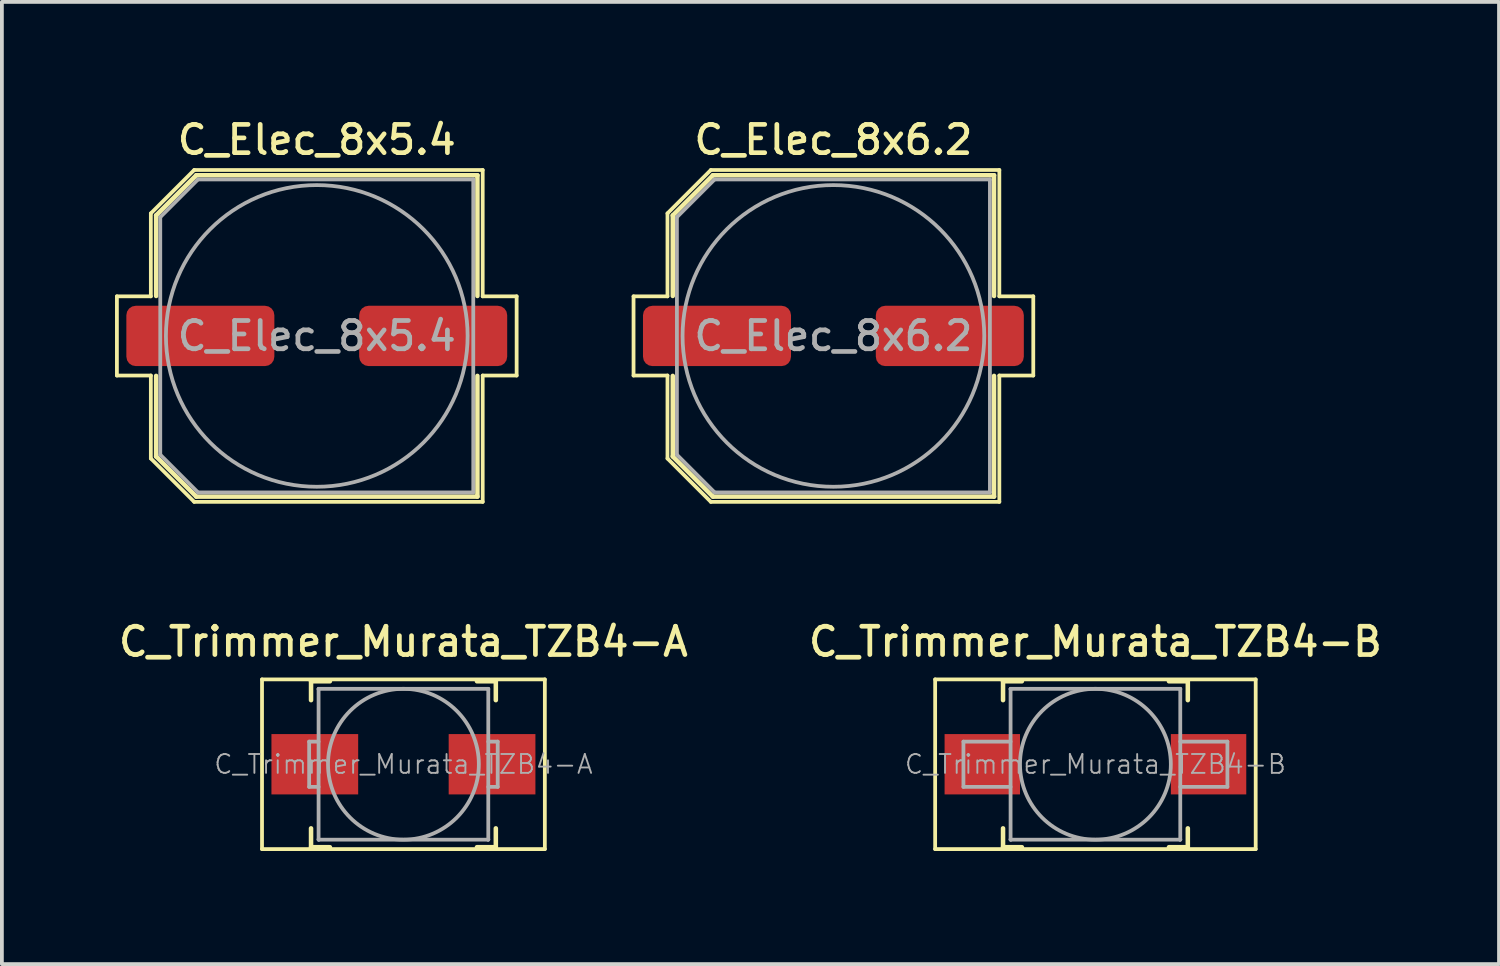
<source format=kicad_pcb>
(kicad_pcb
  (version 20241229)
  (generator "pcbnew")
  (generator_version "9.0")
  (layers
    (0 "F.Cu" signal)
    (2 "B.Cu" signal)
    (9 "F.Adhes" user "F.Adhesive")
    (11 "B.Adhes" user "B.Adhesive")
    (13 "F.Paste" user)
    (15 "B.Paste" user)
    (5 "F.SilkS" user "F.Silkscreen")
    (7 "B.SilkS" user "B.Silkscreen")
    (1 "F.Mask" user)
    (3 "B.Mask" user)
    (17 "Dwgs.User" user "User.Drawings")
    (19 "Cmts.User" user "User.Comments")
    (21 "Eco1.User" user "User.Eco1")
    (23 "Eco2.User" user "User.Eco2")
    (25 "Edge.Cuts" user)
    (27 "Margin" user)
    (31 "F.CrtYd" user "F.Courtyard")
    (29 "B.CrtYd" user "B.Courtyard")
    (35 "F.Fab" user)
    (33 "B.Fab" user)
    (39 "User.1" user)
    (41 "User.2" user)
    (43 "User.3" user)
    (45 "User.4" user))
  (footprint "C_Trimmer_Murata_TZB4-B"
    (layer "F.Cu")
    (at 25.998 17.216)
    (property "Reference" "C_Trimmer_Murata_TZB4-B" (at 0 -3.25 0) (layer "F.SilkS") (effects (font (size 0.75 0.75) (thickness 0.125))))
    (attr smd)
    (fp_line (start -4.25 -2.25) (end -4.25 2.25) (stroke (width 0.1) (type solid)) (layer "F.SilkS"))
    (fp_line (start -4.25 2.25) (end 4.25 2.25) (stroke (width 0.1) (type solid)) (layer "F.SilkS"))
    (fp_line (start -2.45 -2.2) (end -2.45 -1.7) (stroke (width 0.12) (type solid)) (layer "F.SilkS"))
    (fp_line (start -2.45 -2.2) (end -1.95 -2.2) (stroke (width 0.12) (type solid)) (layer "F.SilkS"))
    (fp_line (start -2.45 2.2) (end -2.45 1.7) (stroke (width 0.12) (type solid)) (layer "F.SilkS"))
    (fp_line (start -2.45 2.2) (end -1.95 2.2) (stroke (width 0.12) (type solid)) (layer "F.SilkS"))
    (fp_line (start 2.45 -2.2) (end 1.95 -2.2) (stroke (width 0.12) (type solid)) (layer "F.SilkS"))
    (fp_line (start 2.45 -2.2) (end 2.45 -1.7) (stroke (width 0.12) (type solid)) (layer "F.SilkS"))
    (fp_line (start 2.45 2.2) (end 1.95 2.2) (stroke (width 0.12) (type solid)) (layer "F.SilkS"))
    (fp_line (start 2.45 2.2) (end 2.45 1.7) (stroke (width 0.12) (type solid)) (layer "F.SilkS"))
    (fp_line (start 4.25 -2.25) (end -4.25 -2.25) (stroke (width 0.1) (type solid)) (layer "F.SilkS"))
    (fp_line (start 4.25 2.25) (end 4.25 -2.25) (stroke (width 0.1) (type solid)) (layer "F.SilkS"))
    (fp_line (start -3.5 -0.6) (end -3.5 0.6) (stroke (width 0.1) (type solid)) (layer "F.Fab"))
    (fp_line (start -3.5 0.6) (end -2.25 0.6) (stroke (width 0.1) (type solid)) (layer "F.Fab"))
    (fp_line (start -2.25 -2) (end -2.24 -2) (stroke (width 0.1) (type solid)) (layer "F.Fab"))
    (fp_line (start -2.25 -1.99) (end -2.25 -2) (stroke (width 0.1) (type solid)) (layer "F.Fab"))
    (fp_line (start -2.25 -0.6) (end -3.5 -0.6) (stroke (width 0.1) (type solid)) (layer "F.Fab"))
    (fp_line (start -2.25 1.99) (end -2.25 -1.99) (stroke (width 0.1) (type solid)) (layer "F.Fab"))
    (fp_line (start -2.25 2) (end -2.25 1.99) (stroke (width 0.1) (type solid)) (layer "F.Fab"))
    (fp_line (start -2.24 -2) (end 2.24 -2) (stroke (width 0.1) (type solid)) (layer "F.Fab"))
    (fp_line (start -2.24 2) (end -2.25 2) (stroke (width 0.1) (type solid)) (layer "F.Fab"))
    (fp_line (start 2.24 -2) (end 2.25 -2) (stroke (width 0.1) (type solid)) (layer "F.Fab"))
    (fp_line (start 2.24 2) (end -2.24 2) (stroke (width 0.1) (type solid)) (layer "F.Fab"))
    (fp_line (start 2.25 -2) (end 2.25 -1.99) (stroke (width 0.1) (type solid)) (layer "F.Fab"))
    (fp_line (start 2.25 -1.99) (end 2.25 1.99) (stroke (width 0.1) (type solid)) (layer "F.Fab"))
    (fp_line (start 2.25 -0.6) (end 3.5 -0.6) (stroke (width 0.1) (type solid)) (layer "F.Fab"))
    (fp_line (start 2.25 1.99) (end 2.25 2) (stroke (width 0.1) (type solid)) (layer "F.Fab"))
    (fp_line (start 2.25 2) (end 2.24 2) (stroke (width 0.1) (type solid)) (layer "F.Fab"))
    (fp_line (start 3.5 -0.6) (end 3.5 0.6) (stroke (width 0.1) (type solid)) (layer "F.Fab"))
    (fp_line (start 3.5 0.6) (end 2.25 0.6) (stroke (width 0.1) (type solid)) (layer "F.Fab"))
    (fp_circle (center 0 0) (end 2 0) (stroke (width 0.1) (type solid)) (fill no) (layer "F.Fab"))
    (fp_text user "${REFERENCE}" (at 0 0 0) (layer "F.Fab") (effects (font (size 0.5 0.5) (thickness 0.05))))
    (pad "1" smd rect (at -3 0) (size 2 1.6) (layers "F.Cu" "F.Mask" "F.Paste"))
    (pad "2" smd rect (at 3 0) (size 2 1.6) (layers "F.Cu" "F.Mask" "F.Paste")))
  (footprint "C_Elec_8x5.4"
    (layer "F.Cu")
    (at 5.35 5.858)
    (property "Reference" "C_Elec_8x5.4" (at 0 -5.2 0) (layer "F.SilkS") (effects (font (size 0.75 0.75) (thickness 0.125))))
    (attr smd)
    (fp_line (start -5.3 -1.05) (end -5.3 1.05) (stroke (width 0.1) (type solid)) (layer "F.SilkS"))
    (fp_line (start -5.3 1.05) (end -4.4 1.05) (stroke (width 0.1) (type solid)) (layer "F.SilkS"))
    (fp_line (start -4.4 -3.25) (end -4.4 -1.05) (stroke (width 0.1) (type solid)) (layer "F.SilkS"))
    (fp_line (start -4.4 -3.25) (end -3.25 -4.4) (stroke (width 0.1) (type solid)) (layer "F.SilkS"))
    (fp_line (start -4.4 -1.05) (end -5.3 -1.05) (stroke (width 0.1) (type solid)) (layer "F.SilkS"))
    (fp_line (start -4.4 1.05) (end -4.4 3.25) (stroke (width 0.1) (type solid)) (layer "F.SilkS"))
    (fp_line (start -4.4 3.25) (end -3.25 4.4) (stroke (width 0.1) (type solid)) (layer "F.SilkS"))
    (fp_line (start -4.26 -3.196) (end -4.26 -1.06) (stroke (width 0.12) (type solid)) (layer "F.SilkS"))
    (fp_line (start -4.26 -3.196) (end -3.196 -4.26) (stroke (width 0.12) (type solid)) (layer "F.SilkS"))
    (fp_line (start -4.26 3.196) (end -4.26 1.06) (stroke (width 0.12) (type solid)) (layer "F.SilkS"))
    (fp_line (start -4.26 3.196) (end -3.196 4.26) (stroke (width 0.12) (type solid)) (layer "F.SilkS"))
    (fp_line (start -3.25 -4.4) (end 4.4 -4.4) (stroke (width 0.1) (type solid)) (layer "F.SilkS"))
    (fp_line (start -3.25 4.4) (end 4.4 4.4) (stroke (width 0.1) (type solid)) (layer "F.SilkS"))
    (fp_line (start -3.196 -4.26) (end 4.26 -4.26) (stroke (width 0.12) (type solid)) (layer "F.SilkS"))
    (fp_line (start -3.196 4.26) (end 4.26 4.26) (stroke (width 0.12) (type solid)) (layer "F.SilkS"))
    (fp_line (start 4.26 -4.26) (end 4.26 -1.06) (stroke (width 0.12) (type solid)) (layer "F.SilkS"))
    (fp_line (start 4.26 4.26) (end 4.26 1.06) (stroke (width 0.12) (type solid)) (layer "F.SilkS"))
    (fp_line (start 4.4 -4.4) (end 4.4 -1.05) (stroke (width 0.1) (type solid)) (layer "F.SilkS"))
    (fp_line (start 4.4 -1.05) (end 5.3 -1.05) (stroke (width 0.1) (type solid)) (layer "F.SilkS"))
    (fp_line (start 4.4 1.05) (end 4.4 4.4) (stroke (width 0.1) (type solid)) (layer "F.SilkS"))
    (fp_line (start 5.3 -1.05) (end 5.3 1.05) (stroke (width 0.1) (type solid)) (layer "F.SilkS"))
    (fp_line (start 5.3 1.05) (end 4.4 1.05) (stroke (width 0.1) (type solid)) (layer "F.SilkS"))
    (fp_line (start -4.15 -3.15) (end -4.15 3.15) (stroke (width 0.1) (type solid)) (layer "F.Fab"))
    (fp_line (start -4.15 -3.15) (end -3.15 -4.15) (stroke (width 0.1) (type solid)) (layer "F.Fab"))
    (fp_line (start -4.15 3.15) (end -3.15 4.15) (stroke (width 0.1) (type solid)) (layer "F.Fab"))
    (fp_line (start -3.15 -4.15) (end 4.15 -4.15) (stroke (width 0.1) (type solid)) (layer "F.Fab"))
    (fp_line (start -3.15 4.15) (end 4.15 4.15) (stroke (width 0.1) (type solid)) (layer "F.Fab"))
    (fp_line (start 4.15 -4.15) (end 4.15 4.15) (stroke (width 0.1) (type solid)) (layer "F.Fab"))
    (fp_circle (center 0 0) (end 4 0) (stroke (width 0.1) (type solid)) (fill no) (layer "F.Fab"))
    (fp_text user "${REFERENCE}" (at 0 0 0) (layer "F.Fab") (effects (font (size 0.75 0.75) (thickness 0.125))))
    (pad "1" smd roundrect (at -3.087 0) (size 3.925 1.6) (layers "F.Cu" "F.Mask" "F.Paste") (roundrect_rratio 0.156))
    (pad "2" smd roundrect (at 3.087 0) (size 3.925 1.6) (layers "F.Cu" "F.Mask" "F.Paste") (roundrect_rratio 0.156)))
  (footprint "C_Elec_8x6.2"
    (layer "F.Cu")
    (at 19.05 5.858)
    (property "Reference" "C_Elec_8x6.2" (at 0 -5.2 0) (layer "F.SilkS") (effects (font (size 0.75 0.75) (thickness 0.125))))
    (attr smd)
    (fp_line (start -5.3 -1.05) (end -5.3 1.05) (stroke (width 0.1) (type solid)) (layer "F.SilkS"))
    (fp_line (start -5.3 1.05) (end -4.4 1.05) (stroke (width 0.1) (type solid)) (layer "F.SilkS"))
    (fp_line (start -4.4 -3.25) (end -4.4 -1.05) (stroke (width 0.1) (type solid)) (layer "F.SilkS"))
    (fp_line (start -4.4 -3.25) (end -3.25 -4.4) (stroke (width 0.1) (type solid)) (layer "F.SilkS"))
    (fp_line (start -4.4 -1.05) (end -5.3 -1.05) (stroke (width 0.1) (type solid)) (layer "F.SilkS"))
    (fp_line (start -4.4 1.05) (end -4.4 3.25) (stroke (width 0.1) (type solid)) (layer "F.SilkS"))
    (fp_line (start -4.4 3.25) (end -3.25 4.4) (stroke (width 0.1) (type solid)) (layer "F.SilkS"))
    (fp_line (start -4.26 -3.196) (end -4.26 -1.06) (stroke (width 0.12) (type solid)) (layer "F.SilkS"))
    (fp_line (start -4.26 -3.196) (end -3.196 -4.26) (stroke (width 0.12) (type solid)) (layer "F.SilkS"))
    (fp_line (start -4.26 3.196) (end -4.26 1.06) (stroke (width 0.12) (type solid)) (layer "F.SilkS"))
    (fp_line (start -4.26 3.196) (end -3.196 4.26) (stroke (width 0.12) (type solid)) (layer "F.SilkS"))
    (fp_line (start -3.25 -4.4) (end 4.4 -4.4) (stroke (width 0.1) (type solid)) (layer "F.SilkS"))
    (fp_line (start -3.25 4.4) (end 4.4 4.4) (stroke (width 0.1) (type solid)) (layer "F.SilkS"))
    (fp_line (start -3.196 -4.26) (end 4.26 -4.26) (stroke (width 0.12) (type solid)) (layer "F.SilkS"))
    (fp_line (start -3.196 4.26) (end 4.26 4.26) (stroke (width 0.12) (type solid)) (layer "F.SilkS"))
    (fp_line (start 4.26 -4.26) (end 4.26 -1.06) (stroke (width 0.12) (type solid)) (layer "F.SilkS"))
    (fp_line (start 4.26 4.26) (end 4.26 1.06) (stroke (width 0.12) (type solid)) (layer "F.SilkS"))
    (fp_line (start 4.4 -4.4) (end 4.4 -1.05) (stroke (width 0.1) (type solid)) (layer "F.SilkS"))
    (fp_line (start 4.4 -1.05) (end 5.3 -1.05) (stroke (width 0.1) (type solid)) (layer "F.SilkS"))
    (fp_line (start 4.4 1.05) (end 4.4 4.4) (stroke (width 0.1) (type solid)) (layer "F.SilkS"))
    (fp_line (start 5.3 -1.05) (end 5.3 1.05) (stroke (width 0.1) (type solid)) (layer "F.SilkS"))
    (fp_line (start 5.3 1.05) (end 4.4 1.05) (stroke (width 0.1) (type solid)) (layer "F.SilkS"))
    (fp_line (start -4.15 -3.15) (end -4.15 3.15) (stroke (width 0.1) (type solid)) (layer "F.Fab"))
    (fp_line (start -4.15 -3.15) (end -3.15 -4.15) (stroke (width 0.1) (type solid)) (layer "F.Fab"))
    (fp_line (start -4.15 3.15) (end -3.15 4.15) (stroke (width 0.1) (type solid)) (layer "F.Fab"))
    (fp_line (start -3.15 -4.15) (end 4.15 -4.15) (stroke (width 0.1) (type solid)) (layer "F.Fab"))
    (fp_line (start -3.15 4.15) (end 4.15 4.15) (stroke (width 0.1) (type solid)) (layer "F.Fab"))
    (fp_line (start 4.15 -4.15) (end 4.15 4.15) (stroke (width 0.1) (type solid)) (layer "F.Fab"))
    (fp_circle (center 0 0) (end 4 0) (stroke (width 0.1) (type solid)) (fill no) (layer "F.Fab"))
    (fp_text user "${REFERENCE}" (at 0 0 0) (layer "F.Fab") (effects (font (size 0.75 0.75) (thickness 0.125))))
    (pad "1" smd roundrect (at -3.087 0) (size 3.925 1.6) (layers "F.Cu" "F.Mask" "F.Paste") (roundrect_rratio 0.156))
    (pad "2" smd roundrect (at 3.087 0) (size 3.925 1.6) (layers "F.Cu" "F.Mask" "F.Paste") (roundrect_rratio 0.156)))
  (footprint "C_Trimmer_Murata_TZB4-A"
    (layer "F.Cu")
    (at 7.648 17.216)
    (property "Reference" "C_Trimmer_Murata_TZB4-A" (at 0 -3.25 0) (layer "F.SilkS") (effects (font (size 0.75 0.75) (thickness 0.125))))
    (attr smd)
    (fp_line (start -3.75 -2.25) (end -3.75 2.25) (stroke (width 0.1) (type solid)) (layer "F.SilkS"))
    (fp_line (start -3.75 2.25) (end 3.75 2.25) (stroke (width 0.1) (type solid)) (layer "F.SilkS"))
    (fp_line (start -2.45 -2.2) (end -2.45 -1.7) (stroke (width 0.12) (type solid)) (layer "F.SilkS"))
    (fp_line (start -2.45 -2.2) (end -1.95 -2.2) (stroke (width 0.12) (type solid)) (layer "F.SilkS"))
    (fp_line (start -2.45 2.2) (end -2.45 1.7) (stroke (width 0.12) (type solid)) (layer "F.SilkS"))
    (fp_line (start -2.45 2.2) (end -1.95 2.2) (stroke (width 0.12) (type solid)) (layer "F.SilkS"))
    (fp_line (start 2.45 -2.2) (end 1.95 -2.2) (stroke (width 0.12) (type solid)) (layer "F.SilkS"))
    (fp_line (start 2.45 -2.2) (end 2.45 -1.7) (stroke (width 0.12) (type solid)) (layer "F.SilkS"))
    (fp_line (start 2.45 2.2) (end 1.95 2.2) (stroke (width 0.12) (type solid)) (layer "F.SilkS"))
    (fp_line (start 2.45 2.2) (end 2.45 1.7) (stroke (width 0.12) (type solid)) (layer "F.SilkS"))
    (fp_line (start 3.75 -2.25) (end -3.75 -2.25) (stroke (width 0.1) (type solid)) (layer "F.SilkS"))
    (fp_line (start 3.75 2.25) (end 3.75 -2.25) (stroke (width 0.1) (type solid)) (layer "F.SilkS"))
    (fp_line (start -2.5 -0.6) (end -2.5 0.6) (stroke (width 0.1) (type solid)) (layer "F.Fab"))
    (fp_line (start -2.5 0.6) (end -2.25 0.6) (stroke (width 0.1) (type solid)) (layer "F.Fab"))
    (fp_line (start -2.25 -2) (end -2.24 -2) (stroke (width 0.1) (type solid)) (layer "F.Fab"))
    (fp_line (start -2.25 -1.99) (end -2.25 -2) (stroke (width 0.1) (type solid)) (layer "F.Fab"))
    (fp_line (start -2.25 -0.6) (end -2.5 -0.6) (stroke (width 0.1) (type solid)) (layer "F.Fab"))
    (fp_line (start -2.25 1.99) (end -2.25 -1.99) (stroke (width 0.1) (type solid)) (layer "F.Fab"))
    (fp_line (start -2.25 2) (end -2.25 1.99) (stroke (width 0.1) (type solid)) (layer "F.Fab"))
    (fp_line (start -2.24 -2) (end 2.24 -2) (stroke (width 0.1) (type solid)) (layer "F.Fab"))
    (fp_line (start -2.24 2) (end -2.25 2) (stroke (width 0.1) (type solid)) (layer "F.Fab"))
    (fp_line (start 2.24 -2) (end 2.25 -2) (stroke (width 0.1) (type solid)) (layer "F.Fab"))
    (fp_line (start 2.24 2) (end -2.24 2) (stroke (width 0.1) (type solid)) (layer "F.Fab"))
    (fp_line (start 2.25 -2) (end 2.25 -1.99) (stroke (width 0.1) (type solid)) (layer "F.Fab"))
    (fp_line (start 2.25 -1.99) (end 2.25 1.99) (stroke (width 0.1) (type solid)) (layer "F.Fab"))
    (fp_line (start 2.25 -0.6) (end 2.5 -0.6) (stroke (width 0.1) (type solid)) (layer "F.Fab"))
    (fp_line (start 2.25 1.99) (end 2.25 2) (stroke (width 0.1) (type solid)) (layer "F.Fab"))
    (fp_line (start 2.25 2) (end 2.24 2) (stroke (width 0.1) (type solid)) (layer "F.Fab"))
    (fp_line (start 2.5 -0.6) (end 2.5 0.6) (stroke (width 0.1) (type solid)) (layer "F.Fab"))
    (fp_line (start 2.5 0.6) (end 2.25 0.6) (stroke (width 0.1) (type solid)) (layer "F.Fab"))
    (fp_circle (center 0 0) (end 2 0) (stroke (width 0.1) (type solid)) (fill no) (layer "F.Fab"))
    (fp_text user "${REFERENCE}" (at 0 0 0) (layer "F.Fab") (effects (font (size 0.5 0.5) (thickness 0.05))))
    (pad "1" smd rect (at -2.35 0) (size 2.3 1.6) (layers "F.Cu" "F.Mask" "F.Paste"))
    (pad "2" smd rect (at 2.35 0) (size 2.3 1.6) (layers "F.Cu" "F.Mask" "F.Paste")))
  (gr_rect
    (start -3 -3)
    (end 36.7 22.516)
    (stroke (width 0.1) (type default))
    (fill no)
    (layer "Edge.Cuts")))
</source>
